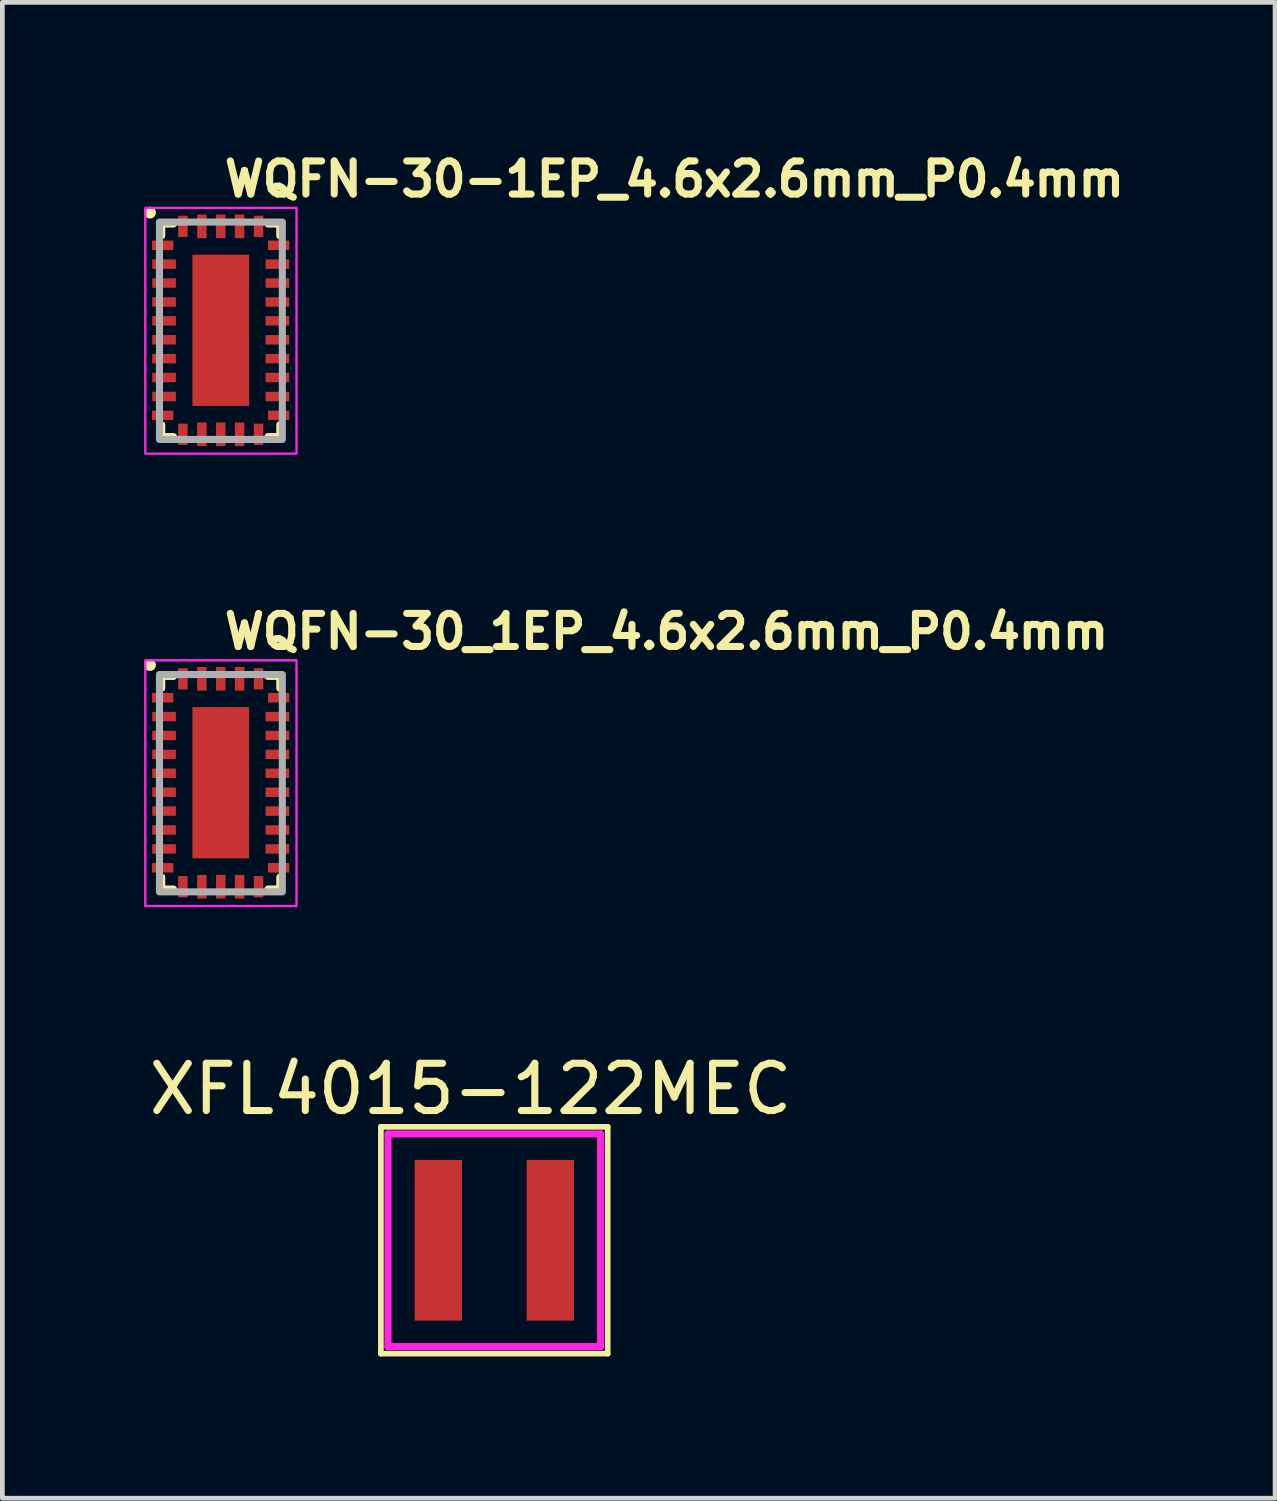
<source format=kicad_pcb>
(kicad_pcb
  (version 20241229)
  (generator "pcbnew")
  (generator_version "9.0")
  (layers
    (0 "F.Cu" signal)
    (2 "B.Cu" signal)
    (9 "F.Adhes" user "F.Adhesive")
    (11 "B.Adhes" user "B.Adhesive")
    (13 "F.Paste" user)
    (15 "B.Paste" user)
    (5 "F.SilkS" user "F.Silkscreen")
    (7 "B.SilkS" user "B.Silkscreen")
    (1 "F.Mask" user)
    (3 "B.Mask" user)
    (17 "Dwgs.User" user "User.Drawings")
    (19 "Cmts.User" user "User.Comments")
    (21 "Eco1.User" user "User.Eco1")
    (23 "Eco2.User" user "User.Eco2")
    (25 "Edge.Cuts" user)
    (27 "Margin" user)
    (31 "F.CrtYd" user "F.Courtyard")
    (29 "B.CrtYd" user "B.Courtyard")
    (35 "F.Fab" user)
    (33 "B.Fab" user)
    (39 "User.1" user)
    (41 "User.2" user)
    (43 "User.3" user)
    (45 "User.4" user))
  (footprint "XFL4015-122MEC"
    (layer "F.Cu")
    (at 7.411 23.198)
    (property "Reference" "XFL4015-122MEC" (at -0.5 -3.2 0) (layer "F.SilkS") (effects (font (size 1 1) (thickness 0.15))))
    (attr through_hole)
    (fp_line (start -2.4 -2.4) (end 2.4 -2.4) (stroke (width 0.12) (type solid)) (layer "F.SilkS"))
    (fp_line (start -2.4 2.4) (end -2.4 -2.4) (stroke (width 0.12) (type solid)) (layer "F.SilkS"))
    (fp_line (start 2.4 -2.4) (end 2.4 2.4) (stroke (width 0.12) (type solid)) (layer "F.SilkS"))
    (fp_line (start 2.4 2.4) (end -2.4 2.4) (stroke (width 0.12) (type solid)) (layer "F.SilkS"))
    (fp_line (start -2.25 -2.25) (end 2.25 -2.25) (stroke (width 0.15) (type solid)) (layer "F.CrtYd"))
    (fp_line (start -2.25 2.25) (end -2.25 -2.25) (stroke (width 0.15) (type solid)) (layer "F.CrtYd"))
    (fp_line (start 2.25 -2.25) (end 2.25 2.25) (stroke (width 0.15) (type solid)) (layer "F.CrtYd"))
    (fp_line (start 2.25 2.25) (end -2.25 2.25) (stroke (width 0.15) (type solid)) (layer "F.CrtYd"))
    (pad "1" smd rect (at -1.185 0) (size 1 3.4) (layers "F.Cu" "F.Mask" "F.Paste"))
    (pad "2" smd rect (at 1.185 0) (size 1 3.4) (layers "F.Cu" "F.Mask" "F.Paste")))
  (footprint "WQFN-30-1EP_4.6x2.6mm_P0.4mm"
    (layer "F.Cu")
    (at 1.625 3.95)
    (property "Reference" "WQFN-30-1EP_4.6x2.6mm_P0.4mm" (at 0 -2.8 0) (layer "F.SilkS") (effects (font (size 0.7 0.7) (thickness 0.15)) (justify left bottom)))
    (attr smd)
    (fp_line (start -1.253 -2.26) (end -1.253 -2.01) (stroke (width 0.15) (type solid)) (layer "F.SilkS"))
    (fp_line (start -1.253 -2.26) (end -1.003 -2.26) (stroke (width 0.15) (type solid)) (layer "F.SilkS"))
    (fp_line (start -1.253 2.24) (end -1.253 1.99) (stroke (width 0.15) (type solid)) (layer "F.SilkS"))
    (fp_line (start -1.253 2.24) (end -1.003 2.24) (stroke (width 0.15) (type solid)) (layer "F.SilkS"))
    (fp_line (start 1.247 -2.26) (end 0.997 -2.26) (stroke (width 0.15) (type solid)) (layer "F.SilkS"))
    (fp_line (start 1.247 -2.26) (end 1.247 -2.01) (stroke (width 0.15) (type solid)) (layer "F.SilkS"))
    (fp_line (start 1.247 2.24) (end 0.997 2.24) (stroke (width 0.15) (type solid)) (layer "F.SilkS"))
    (fp_line (start 1.247 2.24) (end 1.247 1.99) (stroke (width 0.15) (type solid)) (layer "F.SilkS"))
    (fp_circle (center -1.5 -2.5) (end -1.45 -2.5) (stroke (width 0.15) (type solid)) (fill yes) (layer "F.SilkS"))
    (fp_rect (start -1.6 -2.6) (end 1.6 2.6) (stroke (width 0.05) (type solid)) (fill no) (layer "F.CrtYd"))
    (fp_rect (start -1.3 -2.3) (end 1.3 2.3) (stroke (width 0.15) (type solid)) (fill no) (layer "F.Fab"))
    (fp_rect (start -1.301 -2.301) (end 1.3 2.298) (stroke (width 0.1) (type solid)) (fill no) (layer "User.5"))
    (fp_line (start -1.301 -2.301) (end 1.3 -2.301) (stroke (width 0.02) (type solid)) (layer "User.9"))
    (fp_line (start -1.301 2.298) (end -1.301 -2.301) (stroke (width 0.02) (type solid)) (layer "User.9"))
    (fp_line (start 1.3 -2.301) (end 1.3 2.298) (stroke (width 0.02) (type solid)) (layer "User.9"))
    (fp_line (start 1.3 2.298) (end -1.301 2.298) (stroke (width 0.02) (type solid)) (layer "User.9"))
    (pad "1" smd rect (at -1.232 -1.809 90) (size 0.2 0.45) (layers "F.Cu" "F.Mask" "F.Paste"))
    (pad "2" smd rect (at -1.203 -1.41 90) (size 0.2 0.5) (layers "F.Cu" "F.Mask" "F.Paste"))
    (pad "3" smd rect (at -1.203 -1.01 90) (size 0.2 0.5) (layers "F.Cu" "F.Mask" "F.Paste"))
    (pad "4" smd rect (at -1.203 -0.609 90) (size 0.2 0.5) (layers "F.Cu" "F.Mask" "F.Paste"))
    (pad "5" smd rect (at -1.203 -0.21 90) (size 0.2 0.5) (layers "F.Cu" "F.Mask" "F.Paste"))
    (pad "6" smd rect (at -1.203 0.191 90) (size 0.2 0.5) (layers "F.Cu" "F.Mask" "F.Paste"))
    (pad "7" smd rect (at -1.203 0.59 90) (size 0.2 0.5) (layers "F.Cu" "F.Mask" "F.Paste"))
    (pad "8" smd rect (at -1.203 0.99 90) (size 0.2 0.5) (layers "F.Cu" "F.Mask" "F.Paste"))
    (pad "9" smd rect (at -1.203 1.391 90) (size 0.2 0.5) (layers "F.Cu" "F.Mask" "F.Paste"))
    (pad "10" smd rect (at -1.232 1.79 90) (size 0.2 0.45) (layers "F.Cu" "F.Mask" "F.Paste"))
    (pad "11" smd rect (at -0.804 2.191) (size 0.2 0.45) (layers "F.Cu" "F.Mask" "F.Paste"))
    (pad "12" smd rect (at -0.403 2.191) (size 0.2 0.5) (layers "F.Cu" "F.Mask" "F.Paste"))
    (pad "13" smd rect (at -0.003 2.191) (size 0.2 0.5) (layers "F.Cu" "F.Mask" "F.Paste"))
    (pad "14" smd rect (at 0.396 2.191) (size 0.2 0.5) (layers "F.Cu" "F.Mask" "F.Paste"))
    (pad "15" smd rect (at 0.797 2.191) (size 0.2 0.45) (layers "F.Cu" "F.Mask" "F.Paste"))
    (pad "16" smd rect (at 1.222 1.79 90) (size 0.2 0.45) (layers "F.Cu" "F.Mask" "F.Paste"))
    (pad "17" smd rect (at 1.196 1.391 90) (size 0.2 0.5) (layers "F.Cu" "F.Mask" "F.Paste"))
    (pad "18" smd rect (at 1.196 0.99 90) (size 0.2 0.5) (layers "F.Cu" "F.Mask" "F.Paste"))
    (pad "19" smd rect (at 1.196 0.59 90) (size 0.2 0.5) (layers "F.Cu" "F.Mask" "F.Paste"))
    (pad "20" smd rect (at 1.196 0.191 90) (size 0.2 0.5) (layers "F.Cu" "F.Mask" "F.Paste"))
    (pad "21" smd rect (at 1.196 -0.21 90) (size 0.2 0.5) (layers "F.Cu" "F.Mask" "F.Paste"))
    (pad "22" smd rect (at 1.196 -0.609 90) (size 0.2 0.5) (layers "F.Cu" "F.Mask" "F.Paste"))
    (pad "23" smd rect (at 1.196 -1.01 90) (size 0.2 0.5) (layers "F.Cu" "F.Mask" "F.Paste"))
    (pad "24" smd rect (at 1.196 -1.41 90) (size 0.2 0.5) (layers "F.Cu" "F.Mask" "F.Paste"))
    (pad "25" smd rect (at 1.222 -1.809 90) (size 0.2 0.45) (layers "F.Cu" "F.Mask" "F.Paste"))
    (pad "26" smd rect (at 0.797 -2.21) (size 0.2 0.45) (layers "F.Cu" "F.Mask" "F.Paste"))
    (pad "27" smd rect (at 0.396 -2.21) (size 0.2 0.5) (layers "F.Cu" "F.Mask" "F.Paste"))
    (pad "28" smd rect (at -0.003 -2.21) (size 0.2 0.5) (layers "F.Cu" "F.Mask" "F.Paste"))
    (pad "29" smd rect (at -0.403 -2.21) (size 0.2 0.5) (layers "F.Cu" "F.Mask" "F.Paste"))
    (pad "30" smd rect (at -0.804 -2.21) (size 0.2 0.45) (layers "F.Cu" "F.Mask" "F.Paste"))
    (pad "31" smd rect (at -0.003 -0.01) (size 1.2 3.2) (layers "F.Cu" "F.Mask" "F.Paste")))
  (footprint "WQFN-30_1EP_4.6x2.6mm_P0.4mm"
    (layer "F.Cu")
    (at 1.625 13.525)
    (property "Reference" "WQFN-30_1EP_4.6x2.6mm_P0.4mm" (at 0 -2.8 0) (layer "F.SilkS") (effects (font (size 0.7 0.7) (thickness 0.15)) (justify left bottom)))
    (attr smd)
    (fp_line (start -1.253 -2.26) (end -1.253 -2.01) (stroke (width 0.15) (type solid)) (layer "F.SilkS"))
    (fp_line (start -1.253 -2.26) (end -1.003 -2.26) (stroke (width 0.15) (type solid)) (layer "F.SilkS"))
    (fp_line (start -1.253 2.24) (end -1.253 1.99) (stroke (width 0.15) (type solid)) (layer "F.SilkS"))
    (fp_line (start -1.253 2.24) (end -1.003 2.24) (stroke (width 0.15) (type solid)) (layer "F.SilkS"))
    (fp_line (start 1.247 -2.26) (end 0.997 -2.26) (stroke (width 0.15) (type solid)) (layer "F.SilkS"))
    (fp_line (start 1.247 -2.26) (end 1.247 -2.01) (stroke (width 0.15) (type solid)) (layer "F.SilkS"))
    (fp_line (start 1.247 2.24) (end 0.997 2.24) (stroke (width 0.15) (type solid)) (layer "F.SilkS"))
    (fp_line (start 1.247 2.24) (end 1.247 1.99) (stroke (width 0.15) (type solid)) (layer "F.SilkS"))
    (fp_circle (center -1.5 -2.5) (end -1.45 -2.5) (stroke (width 0.15) (type solid)) (fill yes) (layer "F.SilkS"))
    (fp_rect (start -1.6 -2.6) (end 1.6 2.6) (stroke (width 0.05) (type solid)) (fill no) (layer "F.CrtYd"))
    (fp_rect (start -1.3 -2.3) (end 1.3 2.3) (stroke (width 0.15) (type solid)) (fill no) (layer "F.Fab"))
    (fp_rect (start -1.301 -2.301) (end 1.3 2.298) (stroke (width 0.1) (type solid)) (fill no) (layer "User.5"))
    (fp_line (start -1.301 -2.301) (end 1.3 -2.301) (stroke (width 0.02) (type solid)) (layer "User.9"))
    (fp_line (start -1.301 2.298) (end -1.301 -2.301) (stroke (width 0.02) (type solid)) (layer "User.9"))
    (fp_line (start 1.3 -2.301) (end 1.3 2.298) (stroke (width 0.02) (type solid)) (layer "User.9"))
    (fp_line (start 1.3 2.298) (end -1.301 2.298) (stroke (width 0.02) (type solid)) (layer "User.9"))
    (pad "1" smd rect (at -1.232 -1.809 90) (size 0.2 0.45) (layers "F.Cu" "F.Mask" "F.Paste"))
    (pad "2" smd rect (at -1.203 -1.41 90) (size 0.2 0.5) (layers "F.Cu" "F.Mask" "F.Paste"))
    (pad "3" smd rect (at -1.203 -1.01 90) (size 0.2 0.5) (layers "F.Cu" "F.Mask" "F.Paste"))
    (pad "4" smd rect (at -1.203 -0.609 90) (size 0.2 0.5) (layers "F.Cu" "F.Mask" "F.Paste"))
    (pad "5" smd rect (at -1.203 -0.21 90) (size 0.2 0.5) (layers "F.Cu" "F.Mask" "F.Paste"))
    (pad "6" smd rect (at -1.203 0.191 90) (size 0.2 0.5) (layers "F.Cu" "F.Mask" "F.Paste"))
    (pad "7" smd rect (at -1.203 0.59 90) (size 0.2 0.5) (layers "F.Cu" "F.Mask" "F.Paste"))
    (pad "8" smd rect (at -1.203 0.99 90) (size 0.2 0.5) (layers "F.Cu" "F.Mask" "F.Paste"))
    (pad "9" smd rect (at -1.203 1.391 90) (size 0.2 0.5) (layers "F.Cu" "F.Mask" "F.Paste"))
    (pad "10" smd rect (at -1.232 1.79 90) (size 0.2 0.45) (layers "F.Cu" "F.Mask" "F.Paste"))
    (pad "11" smd rect (at -0.804 2.191) (size 0.2 0.45) (layers "F.Cu" "F.Mask" "F.Paste"))
    (pad "12" smd rect (at -0.403 2.191) (size 0.2 0.5) (layers "F.Cu" "F.Mask" "F.Paste"))
    (pad "13" smd rect (at -0.003 2.191) (size 0.2 0.5) (layers "F.Cu" "F.Mask" "F.Paste"))
    (pad "14" smd rect (at 0.396 2.191) (size 0.2 0.5) (layers "F.Cu" "F.Mask" "F.Paste"))
    (pad "15" smd rect (at 0.797 2.191) (size 0.2 0.45) (layers "F.Cu" "F.Mask" "F.Paste"))
    (pad "16" smd rect (at 1.222 1.79 90) (size 0.2 0.45) (layers "F.Cu" "F.Mask" "F.Paste"))
    (pad "17" smd rect (at 1.196 1.391 90) (size 0.2 0.5) (layers "F.Cu" "F.Mask" "F.Paste"))
    (pad "18" smd rect (at 1.196 0.99 90) (size 0.2 0.5) (layers "F.Cu" "F.Mask" "F.Paste"))
    (pad "19" smd rect (at 1.196 0.59 90) (size 0.2 0.5) (layers "F.Cu" "F.Mask" "F.Paste"))
    (pad "20" smd rect (at 1.196 0.191 90) (size 0.2 0.5) (layers "F.Cu" "F.Mask" "F.Paste"))
    (pad "21" smd rect (at 1.196 -0.21 90) (size 0.2 0.5) (layers "F.Cu" "F.Mask" "F.Paste"))
    (pad "22" smd rect (at 1.196 -0.609 90) (size 0.2 0.5) (layers "F.Cu" "F.Mask" "F.Paste"))
    (pad "23" smd rect (at 1.196 -1.01 90) (size 0.2 0.5) (layers "F.Cu" "F.Mask" "F.Paste"))
    (pad "24" smd rect (at 1.196 -1.41 90) (size 0.2 0.5) (layers "F.Cu" "F.Mask" "F.Paste"))
    (pad "25" smd rect (at 1.222 -1.809 90) (size 0.2 0.45) (layers "F.Cu" "F.Mask" "F.Paste"))
    (pad "26" smd rect (at 0.797 -2.21) (size 0.2 0.45) (layers "F.Cu" "F.Mask" "F.Paste"))
    (pad "27" smd rect (at 0.396 -2.21) (size 0.2 0.5) (layers "F.Cu" "F.Mask" "F.Paste"))
    (pad "28" smd rect (at -0.003 -2.21) (size 0.2 0.5) (layers "F.Cu" "F.Mask" "F.Paste"))
    (pad "29" smd rect (at -0.403 -2.21) (size 0.2 0.5) (layers "F.Cu" "F.Mask" "F.Paste"))
    (pad "30" smd rect (at -0.804 -2.21) (size 0.2 0.45) (layers "F.Cu" "F.Mask" "F.Paste"))
    (pad "31" smd rect (at -0.003 -0.01) (size 1.2 3.2) (layers "F.Cu" "F.Mask" "F.Paste")))
  (gr_rect
    (start -3 -3)
    (end 23.935 28.658)
    (stroke (width 0.1) (type default))
    (fill no)
    (layer "Edge.Cuts")))
</source>
